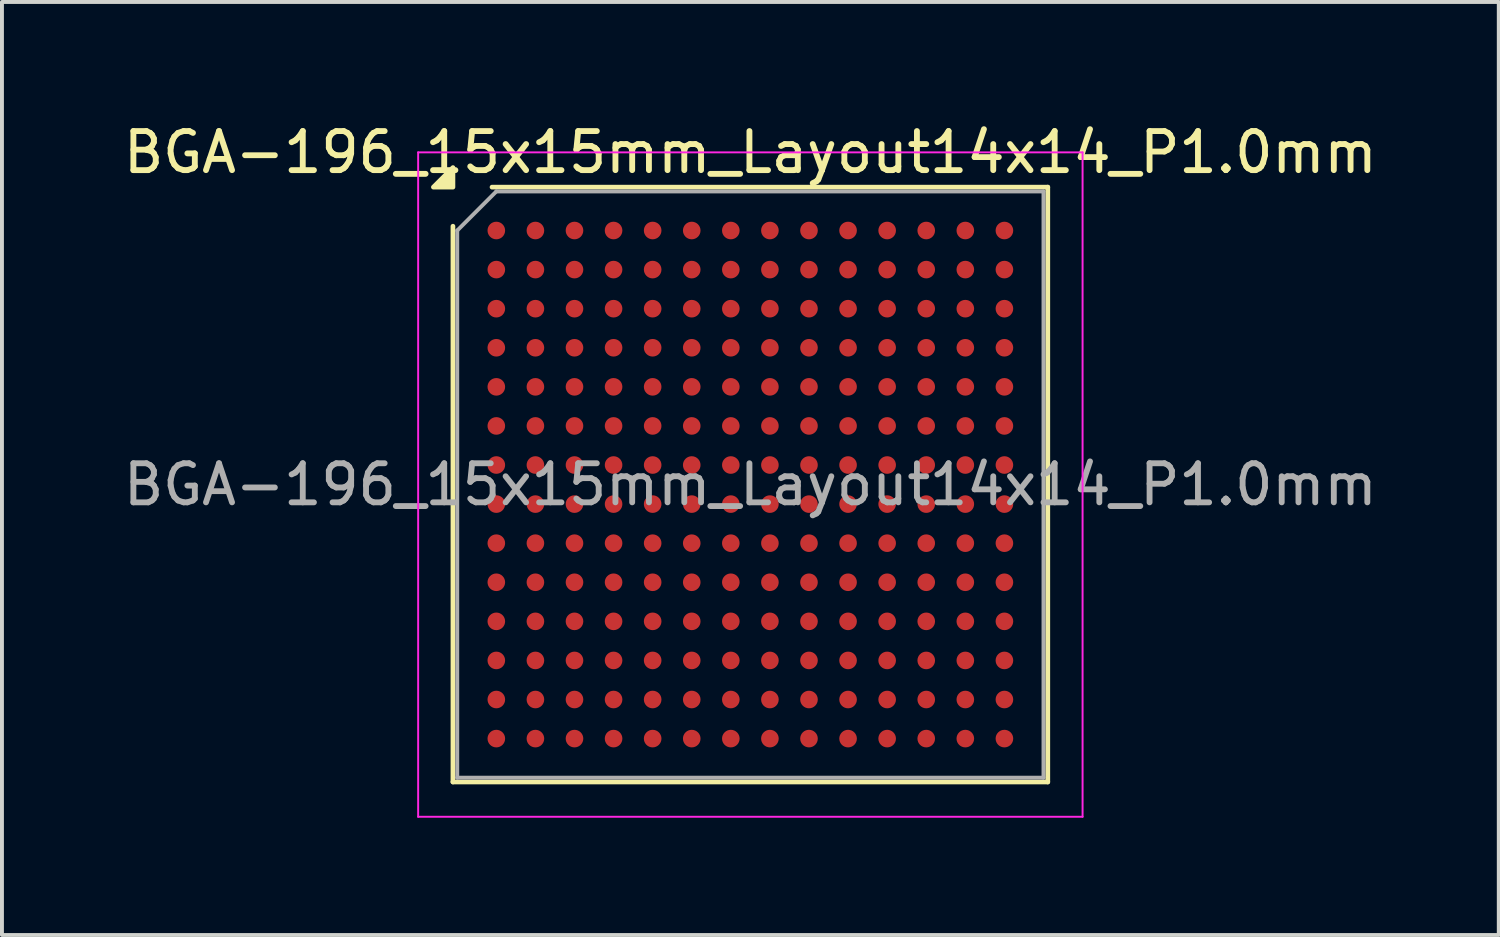
<source format=kicad_pcb>
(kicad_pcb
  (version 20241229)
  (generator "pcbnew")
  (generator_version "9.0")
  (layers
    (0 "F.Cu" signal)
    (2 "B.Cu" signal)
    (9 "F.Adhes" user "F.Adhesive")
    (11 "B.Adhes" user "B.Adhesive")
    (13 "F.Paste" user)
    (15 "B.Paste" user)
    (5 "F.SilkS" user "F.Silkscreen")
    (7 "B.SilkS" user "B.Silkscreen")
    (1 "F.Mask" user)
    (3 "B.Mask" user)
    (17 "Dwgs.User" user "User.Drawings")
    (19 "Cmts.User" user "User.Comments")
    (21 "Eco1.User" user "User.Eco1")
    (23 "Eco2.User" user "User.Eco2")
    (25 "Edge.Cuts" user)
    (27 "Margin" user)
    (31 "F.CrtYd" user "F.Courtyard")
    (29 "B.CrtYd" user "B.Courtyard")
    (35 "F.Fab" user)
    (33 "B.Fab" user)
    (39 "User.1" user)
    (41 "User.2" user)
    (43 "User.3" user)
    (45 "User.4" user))
  (footprint "BGA-196_15x15mm_Layout14x14_P1.0mm"
    (layer "F.Cu")
    (at 16.149 9.348)
    (property "Reference" "BGA-196_15x15mm_Layout14x14_P1.0mm" (at 0 -8.5 0) (layer "F.SilkS") (effects (font (size 1 1) (thickness 0.15))))
    (attr smd)
    (fp_line (start -7.61 7.61) (end -7.61 -6.61) (stroke (width 0.12) (type solid)) (layer "F.SilkS"))
    (fp_line (start -6.61 -7.61) (end 7.61 -7.61) (stroke (width 0.12) (type solid)) (layer "F.SilkS"))
    (fp_line (start 7.61 -7.61) (end 7.61 7.61) (stroke (width 0.12) (type solid)) (layer "F.SilkS"))
    (fp_line (start 7.61 7.61) (end -7.61 7.61) (stroke (width 0.12) (type solid)) (layer "F.SilkS"))
    (fp_poly (pts (xy -7.61 -7.61) (xy -8.11 -7.61) (xy -7.61 -8.11)) (stroke (width 0.12) (type solid)) (fill yes) (layer "F.SilkS"))
    (fp_line (start -8.5 -8.5) (end -8.5 8.5) (stroke (width 0.05) (type solid)) (layer "F.CrtYd"))
    (fp_line (start -8.5 8.5) (end 8.5 8.5) (stroke (width 0.05) (type solid)) (layer "F.CrtYd"))
    (fp_line (start 8.5 -8.5) (end -8.5 -8.5) (stroke (width 0.05) (type solid)) (layer "F.CrtYd"))
    (fp_line (start 8.5 8.5) (end 8.5 -8.5) (stroke (width 0.05) (type solid)) (layer "F.CrtYd"))
    (fp_line (start -7.5 -6.5) (end -6.5 -7.5) (stroke (width 0.1) (type solid)) (layer "F.Fab"))
    (fp_line (start -7.5 7.5) (end -7.5 -6.5) (stroke (width 0.1) (type solid)) (layer "F.Fab"))
    (fp_line (start -6.5 -7.5) (end 7.5 -7.5) (stroke (width 0.1) (type solid)) (layer "F.Fab"))
    (fp_line (start 7.5 -7.5) (end 7.5 7.5) (stroke (width 0.1) (type solid)) (layer "F.Fab"))
    (fp_line (start 7.5 7.5) (end -7.5 7.5) (stroke (width 0.1) (type solid)) (layer "F.Fab"))
    (fp_text user "${REFERENCE}" (at 0 0 0) (layer "F.Fab") (effects (font (size 1 1) (thickness 0.15))))
    (pad "A1" smd circle (at -6.5 -6.5) (size 0.45 0.45) (property pad_prop_bga) (layers "F.Cu" "F.Mask" "F.Paste"))
    (pad "A2" smd circle (at -5.5 -6.5) (size 0.45 0.45) (property pad_prop_bga) (layers "F.Cu" "F.Mask" "F.Paste"))
    (pad "A3" smd circle (at -4.5 -6.5) (size 0.45 0.45) (property pad_prop_bga) (layers "F.Cu" "F.Mask" "F.Paste"))
    (pad "A4" smd circle (at -3.5 -6.5) (size 0.45 0.45) (property pad_prop_bga) (layers "F.Cu" "F.Mask" "F.Paste"))
    (pad "A5" smd circle (at -2.5 -6.5) (size 0.45 0.45) (property pad_prop_bga) (layers "F.Cu" "F.Mask" "F.Paste"))
    (pad "A6" smd circle (at -1.5 -6.5) (size 0.45 0.45) (property pad_prop_bga) (layers "F.Cu" "F.Mask" "F.Paste"))
    (pad "A7" smd circle (at -0.5 -6.5) (size 0.45 0.45) (property pad_prop_bga) (layers "F.Cu" "F.Mask" "F.Paste"))
    (pad "A8" smd circle (at 0.5 -6.5) (size 0.45 0.45) (property pad_prop_bga) (layers "F.Cu" "F.Mask" "F.Paste"))
    (pad "A9" smd circle (at 1.5 -6.5) (size 0.45 0.45) (property pad_prop_bga) (layers "F.Cu" "F.Mask" "F.Paste"))
    (pad "A10" smd circle (at 2.5 -6.5) (size 0.45 0.45) (property pad_prop_bga) (layers "F.Cu" "F.Mask" "F.Paste"))
    (pad "A11" smd circle (at 3.5 -6.5) (size 0.45 0.45) (property pad_prop_bga) (layers "F.Cu" "F.Mask" "F.Paste"))
    (pad "A12" smd circle (at 4.5 -6.5) (size 0.45 0.45) (property pad_prop_bga) (layers "F.Cu" "F.Mask" "F.Paste"))
    (pad "A13" smd circle (at 5.5 -6.5) (size 0.45 0.45) (property pad_prop_bga) (layers "F.Cu" "F.Mask" "F.Paste"))
    (pad "A14" smd circle (at 6.5 -6.5) (size 0.45 0.45) (property pad_prop_bga) (layers "F.Cu" "F.Mask" "F.Paste"))
    (pad "B1" smd circle (at -6.5 -5.5) (size 0.45 0.45) (property pad_prop_bga) (layers "F.Cu" "F.Mask" "F.Paste"))
    (pad "B2" smd circle (at -5.5 -5.5) (size 0.45 0.45) (property pad_prop_bga) (layers "F.Cu" "F.Mask" "F.Paste"))
    (pad "B3" smd circle (at -4.5 -5.5) (size 0.45 0.45) (property pad_prop_bga) (layers "F.Cu" "F.Mask" "F.Paste"))
    (pad "B4" smd circle (at -3.5 -5.5) (size 0.45 0.45) (property pad_prop_bga) (layers "F.Cu" "F.Mask" "F.Paste"))
    (pad "B5" smd circle (at -2.5 -5.5) (size 0.45 0.45) (property pad_prop_bga) (layers "F.Cu" "F.Mask" "F.Paste"))
    (pad "B6" smd circle (at -1.5 -5.5) (size 0.45 0.45) (property pad_prop_bga) (layers "F.Cu" "F.Mask" "F.Paste"))
    (pad "B7" smd circle (at -0.5 -5.5) (size 0.45 0.45) (property pad_prop_bga) (layers "F.Cu" "F.Mask" "F.Paste"))
    (pad "B8" smd circle (at 0.5 -5.5) (size 0.45 0.45) (property pad_prop_bga) (layers "F.Cu" "F.Mask" "F.Paste"))
    (pad "B9" smd circle (at 1.5 -5.5) (size 0.45 0.45) (property pad_prop_bga) (layers "F.Cu" "F.Mask" "F.Paste"))
    (pad "B10" smd circle (at 2.5 -5.5) (size 0.45 0.45) (property pad_prop_bga) (layers "F.Cu" "F.Mask" "F.Paste"))
    (pad "B11" smd circle (at 3.5 -5.5) (size 0.45 0.45) (property pad_prop_bga) (layers "F.Cu" "F.Mask" "F.Paste"))
    (pad "B12" smd circle (at 4.5 -5.5) (size 0.45 0.45) (property pad_prop_bga) (layers "F.Cu" "F.Mask" "F.Paste"))
    (pad "B13" smd circle (at 5.5 -5.5) (size 0.45 0.45) (property pad_prop_bga) (layers "F.Cu" "F.Mask" "F.Paste"))
    (pad "B14" smd circle (at 6.5 -5.5) (size 0.45 0.45) (property pad_prop_bga) (layers "F.Cu" "F.Mask" "F.Paste"))
    (pad "C1" smd circle (at -6.5 -4.5) (size 0.45 0.45) (property pad_prop_bga) (layers "F.Cu" "F.Mask" "F.Paste"))
    (pad "C2" smd circle (at -5.5 -4.5) (size 0.45 0.45) (property pad_prop_bga) (layers "F.Cu" "F.Mask" "F.Paste"))
    (pad "C3" smd circle (at -4.5 -4.5) (size 0.45 0.45) (property pad_prop_bga) (layers "F.Cu" "F.Mask" "F.Paste"))
    (pad "C4" smd circle (at -3.5 -4.5) (size 0.45 0.45) (property pad_prop_bga) (layers "F.Cu" "F.Mask" "F.Paste"))
    (pad "C5" smd circle (at -2.5 -4.5) (size 0.45 0.45) (property pad_prop_bga) (layers "F.Cu" "F.Mask" "F.Paste"))
    (pad "C6" smd circle (at -1.5 -4.5) (size 0.45 0.45) (property pad_prop_bga) (layers "F.Cu" "F.Mask" "F.Paste"))
    (pad "C7" smd circle (at -0.5 -4.5) (size 0.45 0.45) (property pad_prop_bga) (layers "F.Cu" "F.Mask" "F.Paste"))
    (pad "C8" smd circle (at 0.5 -4.5) (size 0.45 0.45) (property pad_prop_bga) (layers "F.Cu" "F.Mask" "F.Paste"))
    (pad "C9" smd circle (at 1.5 -4.5) (size 0.45 0.45) (property pad_prop_bga) (layers "F.Cu" "F.Mask" "F.Paste"))
    (pad "C10" smd circle (at 2.5 -4.5) (size 0.45 0.45) (property pad_prop_bga) (layers "F.Cu" "F.Mask" "F.Paste"))
    (pad "C11" smd circle (at 3.5 -4.5) (size 0.45 0.45) (property pad_prop_bga) (layers "F.Cu" "F.Mask" "F.Paste"))
    (pad "C12" smd circle (at 4.5 -4.5) (size 0.45 0.45) (property pad_prop_bga) (layers "F.Cu" "F.Mask" "F.Paste"))
    (pad "C13" smd circle (at 5.5 -4.5) (size 0.45 0.45) (property pad_prop_bga) (layers "F.Cu" "F.Mask" "F.Paste"))
    (pad "C14" smd circle (at 6.5 -4.5) (size 0.45 0.45) (property pad_prop_bga) (layers "F.Cu" "F.Mask" "F.Paste"))
    (pad "D1" smd circle (at -6.5 -3.5) (size 0.45 0.45) (property pad_prop_bga) (layers "F.Cu" "F.Mask" "F.Paste"))
    (pad "D2" smd circle (at -5.5 -3.5) (size 0.45 0.45) (property pad_prop_bga) (layers "F.Cu" "F.Mask" "F.Paste"))
    (pad "D3" smd circle (at -4.5 -3.5) (size 0.45 0.45) (property pad_prop_bga) (layers "F.Cu" "F.Mask" "F.Paste"))
    (pad "D4" smd circle (at -3.5 -3.5) (size 0.45 0.45) (property pad_prop_bga) (layers "F.Cu" "F.Mask" "F.Paste"))
    (pad "D5" smd circle (at -2.5 -3.5) (size 0.45 0.45) (property pad_prop_bga) (layers "F.Cu" "F.Mask" "F.Paste"))
    (pad "D6" smd circle (at -1.5 -3.5) (size 0.45 0.45) (property pad_prop_bga) (layers "F.Cu" "F.Mask" "F.Paste"))
    (pad "D7" smd circle (at -0.5 -3.5) (size 0.45 0.45) (property pad_prop_bga) (layers "F.Cu" "F.Mask" "F.Paste"))
    (pad "D8" smd circle (at 0.5 -3.5) (size 0.45 0.45) (property pad_prop_bga) (layers "F.Cu" "F.Mask" "F.Paste"))
    (pad "D9" smd circle (at 1.5 -3.5) (size 0.45 0.45) (property pad_prop_bga) (layers "F.Cu" "F.Mask" "F.Paste"))
    (pad "D10" smd circle (at 2.5 -3.5) (size 0.45 0.45) (property pad_prop_bga) (layers "F.Cu" "F.Mask" "F.Paste"))
    (pad "D11" smd circle (at 3.5 -3.5) (size 0.45 0.45) (property pad_prop_bga) (layers "F.Cu" "F.Mask" "F.Paste"))
    (pad "D12" smd circle (at 4.5 -3.5) (size 0.45 0.45) (property pad_prop_bga) (layers "F.Cu" "F.Mask" "F.Paste"))
    (pad "D13" smd circle (at 5.5 -3.5) (size 0.45 0.45) (property pad_prop_bga) (layers "F.Cu" "F.Mask" "F.Paste"))
    (pad "D14" smd circle (at 6.5 -3.5) (size 0.45 0.45) (property pad_prop_bga) (layers "F.Cu" "F.Mask" "F.Paste"))
    (pad "E1" smd circle (at -6.5 -2.5) (size 0.45 0.45) (property pad_prop_bga) (layers "F.Cu" "F.Mask" "F.Paste"))
    (pad "E2" smd circle (at -5.5 -2.5) (size 0.45 0.45) (property pad_prop_bga) (layers "F.Cu" "F.Mask" "F.Paste"))
    (pad "E3" smd circle (at -4.5 -2.5) (size 0.45 0.45) (property pad_prop_bga) (layers "F.Cu" "F.Mask" "F.Paste"))
    (pad "E4" smd circle (at -3.5 -2.5) (size 0.45 0.45) (property pad_prop_bga) (layers "F.Cu" "F.Mask" "F.Paste"))
    (pad "E5" smd circle (at -2.5 -2.5) (size 0.45 0.45) (property pad_prop_bga) (layers "F.Cu" "F.Mask" "F.Paste"))
    (pad "E6" smd circle (at -1.5 -2.5) (size 0.45 0.45) (property pad_prop_bga) (layers "F.Cu" "F.Mask" "F.Paste"))
    (pad "E7" smd circle (at -0.5 -2.5) (size 0.45 0.45) (property pad_prop_bga) (layers "F.Cu" "F.Mask" "F.Paste"))
    (pad "E8" smd circle (at 0.5 -2.5) (size 0.45 0.45) (property pad_prop_bga) (layers "F.Cu" "F.Mask" "F.Paste"))
    (pad "E9" smd circle (at 1.5 -2.5) (size 0.45 0.45) (property pad_prop_bga) (layers "F.Cu" "F.Mask" "F.Paste"))
    (pad "E10" smd circle (at 2.5 -2.5) (size 0.45 0.45) (property pad_prop_bga) (layers "F.Cu" "F.Mask" "F.Paste"))
    (pad "E11" smd circle (at 3.5 -2.5) (size 0.45 0.45) (property pad_prop_bga) (layers "F.Cu" "F.Mask" "F.Paste"))
    (pad "E12" smd circle (at 4.5 -2.5) (size 0.45 0.45) (property pad_prop_bga) (layers "F.Cu" "F.Mask" "F.Paste"))
    (pad "E13" smd circle (at 5.5 -2.5) (size 0.45 0.45) (property pad_prop_bga) (layers "F.Cu" "F.Mask" "F.Paste"))
    (pad "E14" smd circle (at 6.5 -2.5) (size 0.45 0.45) (property pad_prop_bga) (layers "F.Cu" "F.Mask" "F.Paste"))
    (pad "F1" smd circle (at -6.5 -1.5) (size 0.45 0.45) (property pad_prop_bga) (layers "F.Cu" "F.Mask" "F.Paste"))
    (pad "F2" smd circle (at -5.5 -1.5) (size 0.45 0.45) (property pad_prop_bga) (layers "F.Cu" "F.Mask" "F.Paste"))
    (pad "F3" smd circle (at -4.5 -1.5) (size 0.45 0.45) (property pad_prop_bga) (layers "F.Cu" "F.Mask" "F.Paste"))
    (pad "F4" smd circle (at -3.5 -1.5) (size 0.45 0.45) (property pad_prop_bga) (layers "F.Cu" "F.Mask" "F.Paste"))
    (pad "F5" smd circle (at -2.5 -1.5) (size 0.45 0.45) (property pad_prop_bga) (layers "F.Cu" "F.Mask" "F.Paste"))
    (pad "F6" smd circle (at -1.5 -1.5) (size 0.45 0.45) (property pad_prop_bga) (layers "F.Cu" "F.Mask" "F.Paste"))
    (pad "F7" smd circle (at -0.5 -1.5) (size 0.45 0.45) (property pad_prop_bga) (layers "F.Cu" "F.Mask" "F.Paste"))
    (pad "F8" smd circle (at 0.5 -1.5) (size 0.45 0.45) (property pad_prop_bga) (layers "F.Cu" "F.Mask" "F.Paste"))
    (pad "F9" smd circle (at 1.5 -1.5) (size 0.45 0.45) (property pad_prop_bga) (layers "F.Cu" "F.Mask" "F.Paste"))
    (pad "F10" smd circle (at 2.5 -1.5) (size 0.45 0.45) (property pad_prop_bga) (layers "F.Cu" "F.Mask" "F.Paste"))
    (pad "F11" smd circle (at 3.5 -1.5) (size 0.45 0.45) (property pad_prop_bga) (layers "F.Cu" "F.Mask" "F.Paste"))
    (pad "F12" smd circle (at 4.5 -1.5) (size 0.45 0.45) (property pad_prop_bga) (layers "F.Cu" "F.Mask" "F.Paste"))
    (pad "F13" smd circle (at 5.5 -1.5) (size 0.45 0.45) (property pad_prop_bga) (layers "F.Cu" "F.Mask" "F.Paste"))
    (pad "F14" smd circle (at 6.5 -1.5) (size 0.45 0.45) (property pad_prop_bga) (layers "F.Cu" "F.Mask" "F.Paste"))
    (pad "G1" smd circle (at -6.5 -0.5) (size 0.45 0.45) (property pad_prop_bga) (layers "F.Cu" "F.Mask" "F.Paste"))
    (pad "G2" smd circle (at -5.5 -0.5) (size 0.45 0.45) (property pad_prop_bga) (layers "F.Cu" "F.Mask" "F.Paste"))
    (pad "G3" smd circle (at -4.5 -0.5) (size 0.45 0.45) (property pad_prop_bga) (layers "F.Cu" "F.Mask" "F.Paste"))
    (pad "G4" smd circle (at -3.5 -0.5) (size 0.45 0.45) (property pad_prop_bga) (layers "F.Cu" "F.Mask" "F.Paste"))
    (pad "G5" smd circle (at -2.5 -0.5) (size 0.45 0.45) (property pad_prop_bga) (layers "F.Cu" "F.Mask" "F.Paste"))
    (pad "G6" smd circle (at -1.5 -0.5) (size 0.45 0.45) (property pad_prop_bga) (layers "F.Cu" "F.Mask" "F.Paste"))
    (pad "G7" smd circle (at -0.5 -0.5) (size 0.45 0.45) (property pad_prop_bga) (layers "F.Cu" "F.Mask" "F.Paste"))
    (pad "G8" smd circle (at 0.5 -0.5) (size 0.45 0.45) (property pad_prop_bga) (layers "F.Cu" "F.Mask" "F.Paste"))
    (pad "G9" smd circle (at 1.5 -0.5) (size 0.45 0.45) (property pad_prop_bga) (layers "F.Cu" "F.Mask" "F.Paste"))
    (pad "G10" smd circle (at 2.5 -0.5) (size 0.45 0.45) (property pad_prop_bga) (layers "F.Cu" "F.Mask" "F.Paste"))
    (pad "G11" smd circle (at 3.5 -0.5) (size 0.45 0.45) (property pad_prop_bga) (layers "F.Cu" "F.Mask" "F.Paste"))
    (pad "G12" smd circle (at 4.5 -0.5) (size 0.45 0.45) (property pad_prop_bga) (layers "F.Cu" "F.Mask" "F.Paste"))
    (pad "G13" smd circle (at 5.5 -0.5) (size 0.45 0.45) (property pad_prop_bga) (layers "F.Cu" "F.Mask" "F.Paste"))
    (pad "G14" smd circle (at 6.5 -0.5) (size 0.45 0.45) (property pad_prop_bga) (layers "F.Cu" "F.Mask" "F.Paste"))
    (pad "H1" smd circle (at -6.5 0.5) (size 0.45 0.45) (property pad_prop_bga) (layers "F.Cu" "F.Mask" "F.Paste"))
    (pad "H2" smd circle (at -5.5 0.5) (size 0.45 0.45) (property pad_prop_bga) (layers "F.Cu" "F.Mask" "F.Paste"))
    (pad "H3" smd circle (at -4.5 0.5) (size 0.45 0.45) (property pad_prop_bga) (layers "F.Cu" "F.Mask" "F.Paste"))
    (pad "H4" smd circle (at -3.5 0.5) (size 0.45 0.45) (property pad_prop_bga) (layers "F.Cu" "F.Mask" "F.Paste"))
    (pad "H5" smd circle (at -2.5 0.5) (size 0.45 0.45) (property pad_prop_bga) (layers "F.Cu" "F.Mask" "F.Paste"))
    (pad "H6" smd circle (at -1.5 0.5) (size 0.45 0.45) (property pad_prop_bga) (layers "F.Cu" "F.Mask" "F.Paste"))
    (pad "H7" smd circle (at -0.5 0.5) (size 0.45 0.45) (property pad_prop_bga) (layers "F.Cu" "F.Mask" "F.Paste"))
    (pad "H8" smd circle (at 0.5 0.5) (size 0.45 0.45) (property pad_prop_bga) (layers "F.Cu" "F.Mask" "F.Paste"))
    (pad "H9" smd circle (at 1.5 0.5) (size 0.45 0.45) (property pad_prop_bga) (layers "F.Cu" "F.Mask" "F.Paste"))
    (pad "H10" smd circle (at 2.5 0.5) (size 0.45 0.45) (property pad_prop_bga) (layers "F.Cu" "F.Mask" "F.Paste"))
    (pad "H11" smd circle (at 3.5 0.5) (size 0.45 0.45) (property pad_prop_bga) (layers "F.Cu" "F.Mask" "F.Paste"))
    (pad "H12" smd circle (at 4.5 0.5) (size 0.45 0.45) (property pad_prop_bga) (layers "F.Cu" "F.Mask" "F.Paste"))
    (pad "H13" smd circle (at 5.5 0.5) (size 0.45 0.45) (property pad_prop_bga) (layers "F.Cu" "F.Mask" "F.Paste"))
    (pad "H14" smd circle (at 6.5 0.5) (size 0.45 0.45) (property pad_prop_bga) (layers "F.Cu" "F.Mask" "F.Paste"))
    (pad "J1" smd circle (at -6.5 1.5) (size 0.45 0.45) (property pad_prop_bga) (layers "F.Cu" "F.Mask" "F.Paste"))
    (pad "J2" smd circle (at -5.5 1.5) (size 0.45 0.45) (property pad_prop_bga) (layers "F.Cu" "F.Mask" "F.Paste"))
    (pad "J3" smd circle (at -4.5 1.5) (size 0.45 0.45) (property pad_prop_bga) (layers "F.Cu" "F.Mask" "F.Paste"))
    (pad "J4" smd circle (at -3.5 1.5) (size 0.45 0.45) (property pad_prop_bga) (layers "F.Cu" "F.Mask" "F.Paste"))
    (pad "J5" smd circle (at -2.5 1.5) (size 0.45 0.45) (property pad_prop_bga) (layers "F.Cu" "F.Mask" "F.Paste"))
    (pad "J6" smd circle (at -1.5 1.5) (size 0.45 0.45) (property pad_prop_bga) (layers "F.Cu" "F.Mask" "F.Paste"))
    (pad "J7" smd circle (at -0.5 1.5) (size 0.45 0.45) (property pad_prop_bga) (layers "F.Cu" "F.Mask" "F.Paste"))
    (pad "J8" smd circle (at 0.5 1.5) (size 0.45 0.45) (property pad_prop_bga) (layers "F.Cu" "F.Mask" "F.Paste"))
    (pad "J9" smd circle (at 1.5 1.5) (size 0.45 0.45) (property pad_prop_bga) (layers "F.Cu" "F.Mask" "F.Paste"))
    (pad "J10" smd circle (at 2.5 1.5) (size 0.45 0.45) (property pad_prop_bga) (layers "F.Cu" "F.Mask" "F.Paste"))
    (pad "J11" smd circle (at 3.5 1.5) (size 0.45 0.45) (property pad_prop_bga) (layers "F.Cu" "F.Mask" "F.Paste"))
    (pad "J12" smd circle (at 4.5 1.5) (size 0.45 0.45) (property pad_prop_bga) (layers "F.Cu" "F.Mask" "F.Paste"))
    (pad "J13" smd circle (at 5.5 1.5) (size 0.45 0.45) (property pad_prop_bga) (layers "F.Cu" "F.Mask" "F.Paste"))
    (pad "J14" smd circle (at 6.5 1.5) (size 0.45 0.45) (property pad_prop_bga) (layers "F.Cu" "F.Mask" "F.Paste"))
    (pad "K1" smd circle (at -6.5 2.5) (size 0.45 0.45) (property pad_prop_bga) (layers "F.Cu" "F.Mask" "F.Paste"))
    (pad "K2" smd circle (at -5.5 2.5) (size 0.45 0.45) (property pad_prop_bga) (layers "F.Cu" "F.Mask" "F.Paste"))
    (pad "K3" smd circle (at -4.5 2.5) (size 0.45 0.45) (property pad_prop_bga) (layers "F.Cu" "F.Mask" "F.Paste"))
    (pad "K4" smd circle (at -3.5 2.5) (size 0.45 0.45) (property pad_prop_bga) (layers "F.Cu" "F.Mask" "F.Paste"))
    (pad "K5" smd circle (at -2.5 2.5) (size 0.45 0.45) (property pad_prop_bga) (layers "F.Cu" "F.Mask" "F.Paste"))
    (pad "K6" smd circle (at -1.5 2.5) (size 0.45 0.45) (property pad_prop_bga) (layers "F.Cu" "F.Mask" "F.Paste"))
    (pad "K7" smd circle (at -0.5 2.5) (size 0.45 0.45) (property pad_prop_bga) (layers "F.Cu" "F.Mask" "F.Paste"))
    (pad "K8" smd circle (at 0.5 2.5) (size 0.45 0.45) (property pad_prop_bga) (layers "F.Cu" "F.Mask" "F.Paste"))
    (pad "K9" smd circle (at 1.5 2.5) (size 0.45 0.45) (property pad_prop_bga) (layers "F.Cu" "F.Mask" "F.Paste"))
    (pad "K10" smd circle (at 2.5 2.5) (size 0.45 0.45) (property pad_prop_bga) (layers "F.Cu" "F.Mask" "F.Paste"))
    (pad "K11" smd circle (at 3.5 2.5) (size 0.45 0.45) (property pad_prop_bga) (layers "F.Cu" "F.Mask" "F.Paste"))
    (pad "K12" smd circle (at 4.5 2.5) (size 0.45 0.45) (property pad_prop_bga) (layers "F.Cu" "F.Mask" "F.Paste"))
    (pad "K13" smd circle (at 5.5 2.5) (size 0.45 0.45) (property pad_prop_bga) (layers "F.Cu" "F.Mask" "F.Paste"))
    (pad "K14" smd circle (at 6.5 2.5) (size 0.45 0.45) (property pad_prop_bga) (layers "F.Cu" "F.Mask" "F.Paste"))
    (pad "L1" smd circle (at -6.5 3.5) (size 0.45 0.45) (property pad_prop_bga) (layers "F.Cu" "F.Mask" "F.Paste"))
    (pad "L2" smd circle (at -5.5 3.5) (size 0.45 0.45) (property pad_prop_bga) (layers "F.Cu" "F.Mask" "F.Paste"))
    (pad "L3" smd circle (at -4.5 3.5) (size 0.45 0.45) (property pad_prop_bga) (layers "F.Cu" "F.Mask" "F.Paste"))
    (pad "L4" smd circle (at -3.5 3.5) (size 0.45 0.45) (property pad_prop_bga) (layers "F.Cu" "F.Mask" "F.Paste"))
    (pad "L5" smd circle (at -2.5 3.5) (size 0.45 0.45) (property pad_prop_bga) (layers "F.Cu" "F.Mask" "F.Paste"))
    (pad "L6" smd circle (at -1.5 3.5) (size 0.45 0.45) (property pad_prop_bga) (layers "F.Cu" "F.Mask" "F.Paste"))
    (pad "L7" smd circle (at -0.5 3.5) (size 0.45 0.45) (property pad_prop_bga) (layers "F.Cu" "F.Mask" "F.Paste"))
    (pad "L8" smd circle (at 0.5 3.5) (size 0.45 0.45) (property pad_prop_bga) (layers "F.Cu" "F.Mask" "F.Paste"))
    (pad "L9" smd circle (at 1.5 3.5) (size 0.45 0.45) (property pad_prop_bga) (layers "F.Cu" "F.Mask" "F.Paste"))
    (pad "L10" smd circle (at 2.5 3.5) (size 0.45 0.45) (property pad_prop_bga) (layers "F.Cu" "F.Mask" "F.Paste"))
    (pad "L11" smd circle (at 3.5 3.5) (size 0.45 0.45) (property pad_prop_bga) (layers "F.Cu" "F.Mask" "F.Paste"))
    (pad "L12" smd circle (at 4.5 3.5) (size 0.45 0.45) (property pad_prop_bga) (layers "F.Cu" "F.Mask" "F.Paste"))
    (pad "L13" smd circle (at 5.5 3.5) (size 0.45 0.45) (property pad_prop_bga) (layers "F.Cu" "F.Mask" "F.Paste"))
    (pad "L14" smd circle (at 6.5 3.5) (size 0.45 0.45) (property pad_prop_bga) (layers "F.Cu" "F.Mask" "F.Paste"))
    (pad "M1" smd circle (at -6.5 4.5) (size 0.45 0.45) (property pad_prop_bga) (layers "F.Cu" "F.Mask" "F.Paste"))
    (pad "M2" smd circle (at -5.5 4.5) (size 0.45 0.45) (property pad_prop_bga) (layers "F.Cu" "F.Mask" "F.Paste"))
    (pad "M3" smd circle (at -4.5 4.5) (size 0.45 0.45) (property pad_prop_bga) (layers "F.Cu" "F.Mask" "F.Paste"))
    (pad "M4" smd circle (at -3.5 4.5) (size 0.45 0.45) (property pad_prop_bga) (layers "F.Cu" "F.Mask" "F.Paste"))
    (pad "M5" smd circle (at -2.5 4.5) (size 0.45 0.45) (property pad_prop_bga) (layers "F.Cu" "F.Mask" "F.Paste"))
    (pad "M6" smd circle (at -1.5 4.5) (size 0.45 0.45) (property pad_prop_bga) (layers "F.Cu" "F.Mask" "F.Paste"))
    (pad "M7" smd circle (at -0.5 4.5) (size 0.45 0.45) (property pad_prop_bga) (layers "F.Cu" "F.Mask" "F.Paste"))
    (pad "M8" smd circle (at 0.5 4.5) (size 0.45 0.45) (property pad_prop_bga) (layers "F.Cu" "F.Mask" "F.Paste"))
    (pad "M9" smd circle (at 1.5 4.5) (size 0.45 0.45) (property pad_prop_bga) (layers "F.Cu" "F.Mask" "F.Paste"))
    (pad "M10" smd circle (at 2.5 4.5) (size 0.45 0.45) (property pad_prop_bga) (layers "F.Cu" "F.Mask" "F.Paste"))
    (pad "M11" smd circle (at 3.5 4.5) (size 0.45 0.45) (property pad_prop_bga) (layers "F.Cu" "F.Mask" "F.Paste"))
    (pad "M12" smd circle (at 4.5 4.5) (size 0.45 0.45) (property pad_prop_bga) (layers "F.Cu" "F.Mask" "F.Paste"))
    (pad "M13" smd circle (at 5.5 4.5) (size 0.45 0.45) (property pad_prop_bga) (layers "F.Cu" "F.Mask" "F.Paste"))
    (pad "M14" smd circle (at 6.5 4.5) (size 0.45 0.45) (property pad_prop_bga) (layers "F.Cu" "F.Mask" "F.Paste"))
    (pad "N1" smd circle (at -6.5 5.5) (size 0.45 0.45) (property pad_prop_bga) (layers "F.Cu" "F.Mask" "F.Paste"))
    (pad "N2" smd circle (at -5.5 5.5) (size 0.45 0.45) (property pad_prop_bga) (layers "F.Cu" "F.Mask" "F.Paste"))
    (pad "N3" smd circle (at -4.5 5.5) (size 0.45 0.45) (property pad_prop_bga) (layers "F.Cu" "F.Mask" "F.Paste"))
    (pad "N4" smd circle (at -3.5 5.5) (size 0.45 0.45) (property pad_prop_bga) (layers "F.Cu" "F.Mask" "F.Paste"))
    (pad "N5" smd circle (at -2.5 5.5) (size 0.45 0.45) (property pad_prop_bga) (layers "F.Cu" "F.Mask" "F.Paste"))
    (pad "N6" smd circle (at -1.5 5.5) (size 0.45 0.45) (property pad_prop_bga) (layers "F.Cu" "F.Mask" "F.Paste"))
    (pad "N7" smd circle (at -0.5 5.5) (size 0.45 0.45) (property pad_prop_bga) (layers "F.Cu" "F.Mask" "F.Paste"))
    (pad "N8" smd circle (at 0.5 5.5) (size 0.45 0.45) (property pad_prop_bga) (layers "F.Cu" "F.Mask" "F.Paste"))
    (pad "N9" smd circle (at 1.5 5.5) (size 0.45 0.45) (property pad_prop_bga) (layers "F.Cu" "F.Mask" "F.Paste"))
    (pad "N10" smd circle (at 2.5 5.5) (size 0.45 0.45) (property pad_prop_bga) (layers "F.Cu" "F.Mask" "F.Paste"))
    (pad "N11" smd circle (at 3.5 5.5) (size 0.45 0.45) (property pad_prop_bga) (layers "F.Cu" "F.Mask" "F.Paste"))
    (pad "N12" smd circle (at 4.5 5.5) (size 0.45 0.45) (property pad_prop_bga) (layers "F.Cu" "F.Mask" "F.Paste"))
    (pad "N13" smd circle (at 5.5 5.5) (size 0.45 0.45) (property pad_prop_bga) (layers "F.Cu" "F.Mask" "F.Paste"))
    (pad "N14" smd circle (at 6.5 5.5) (size 0.45 0.45) (property pad_prop_bga) (layers "F.Cu" "F.Mask" "F.Paste"))
    (pad "P1" smd circle (at -6.5 6.5) (size 0.45 0.45) (property pad_prop_bga) (layers "F.Cu" "F.Mask" "F.Paste"))
    (pad "P2" smd circle (at -5.5 6.5) (size 0.45 0.45) (property pad_prop_bga) (layers "F.Cu" "F.Mask" "F.Paste"))
    (pad "P3" smd circle (at -4.5 6.5) (size 0.45 0.45) (property pad_prop_bga) (layers "F.Cu" "F.Mask" "F.Paste"))
    (pad "P4" smd circle (at -3.5 6.5) (size 0.45 0.45) (property pad_prop_bga) (layers "F.Cu" "F.Mask" "F.Paste"))
    (pad "P5" smd circle (at -2.5 6.5) (size 0.45 0.45) (property pad_prop_bga) (layers "F.Cu" "F.Mask" "F.Paste"))
    (pad "P6" smd circle (at -1.5 6.5) (size 0.45 0.45) (property pad_prop_bga) (layers "F.Cu" "F.Mask" "F.Paste"))
    (pad "P7" smd circle (at -0.5 6.5) (size 0.45 0.45) (property pad_prop_bga) (layers "F.Cu" "F.Mask" "F.Paste"))
    (pad "P8" smd circle (at 0.5 6.5) (size 0.45 0.45) (property pad_prop_bga) (layers "F.Cu" "F.Mask" "F.Paste"))
    (pad "P9" smd circle (at 1.5 6.5) (size 0.45 0.45) (property pad_prop_bga) (layers "F.Cu" "F.Mask" "F.Paste"))
    (pad "P10" smd circle (at 2.5 6.5) (size 0.45 0.45) (property pad_prop_bga) (layers "F.Cu" "F.Mask" "F.Paste"))
    (pad "P11" smd circle (at 3.5 6.5) (size 0.45 0.45) (property pad_prop_bga) (layers "F.Cu" "F.Mask" "F.Paste"))
    (pad "P12" smd circle (at 4.5 6.5) (size 0.45 0.45) (property pad_prop_bga) (layers "F.Cu" "F.Mask" "F.Paste"))
    (pad "P13" smd circle (at 5.5 6.5) (size 0.45 0.45) (property pad_prop_bga) (layers "F.Cu" "F.Mask" "F.Paste"))
    (pad "P14" smd circle (at 6.5 6.5) (size 0.45 0.45) (property pad_prop_bga) (layers "F.Cu" "F.Mask" "F.Paste")))
  (gr_rect
    (start -3 -3)
    (end 35.298 20.873)
    (stroke (width 0.1) (type default))
    (fill no)
    (layer "Edge.Cuts")))
</source>
